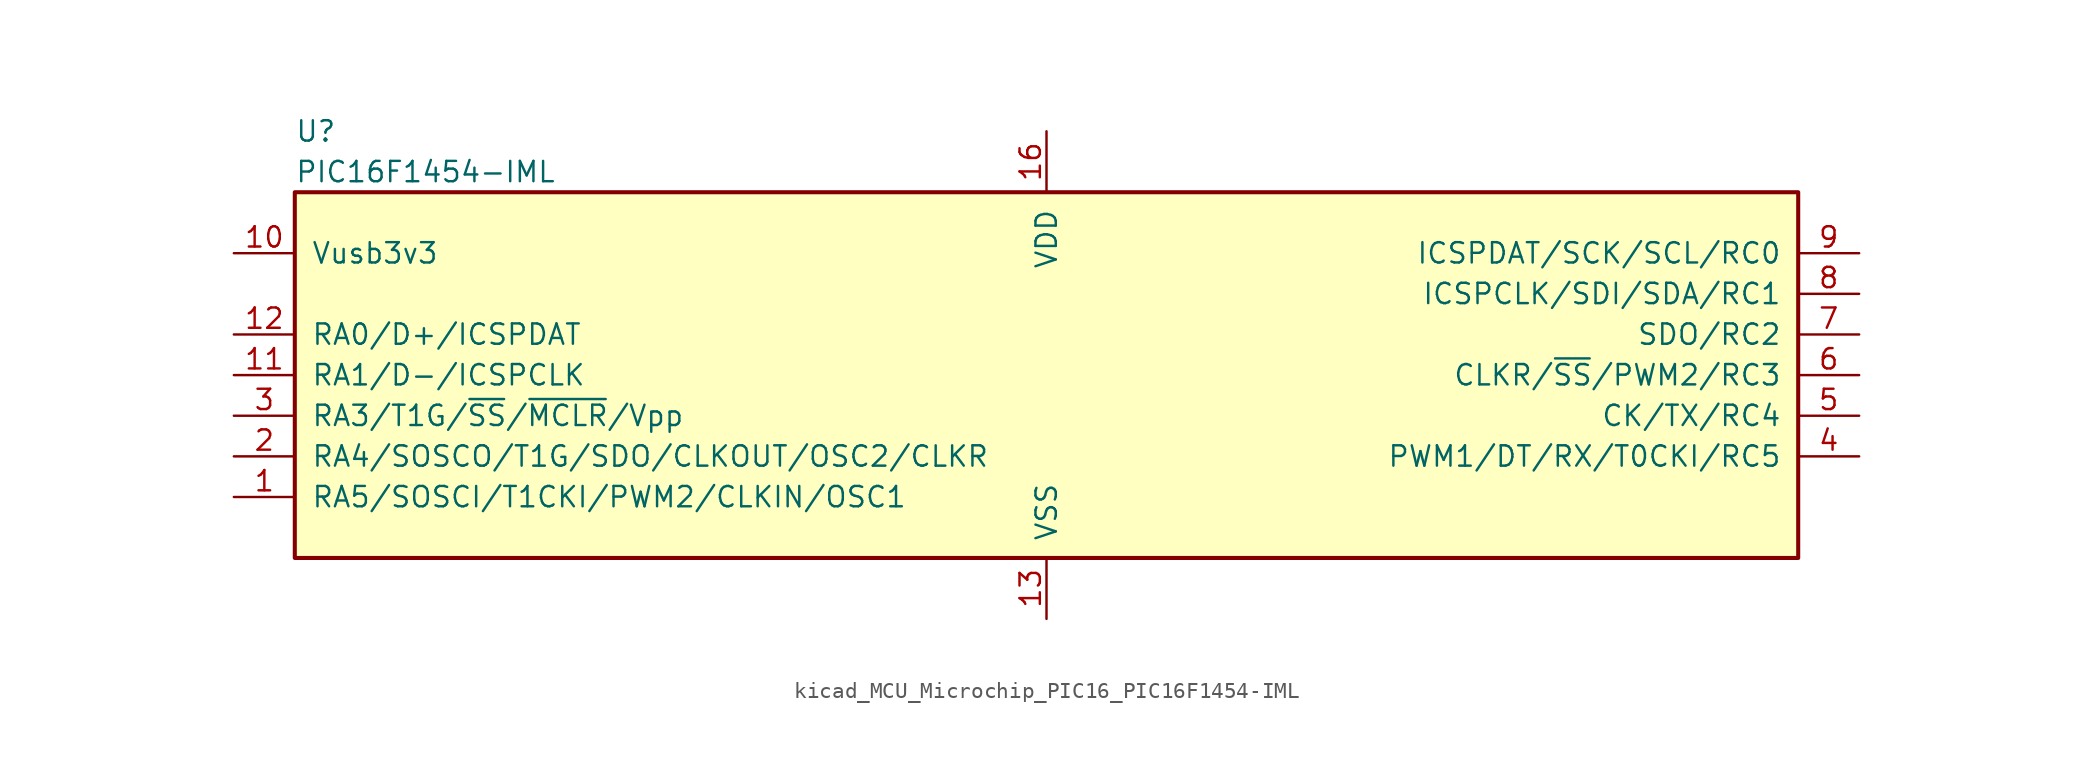
<source format=kicad_sym>
(kicad_symbol_lib
  (version 20220914)
  (generator kicad_symbol_editor)
  (symbol "kicad_MCU_Microchip_PIC16_PIC16F1454-IML"
    (pin_names
      (offset 1.016))
    (property "Reference" "U"
      (at -46.99 15.24 0)
      (effects (font (size 1.27 1.27)) (justify left)))
    (property "Value" "PIC16F1454-IML"
      (at -46.99 12.7 0)
      (effects (font (size 1.27 1.27)) (justify left)))
    (symbol "kicad_MCU_Microchip_PIC16_PIC16F1454-IML_0_1"
      (rectangle (start -46.99 11.43) (end 46.99 -11.43) (stroke (width 0.254) (type default)) (fill (type background))))
    (symbol "kicad_MCU_Microchip_PIC16_PIC16F1454-IML_1_1"
      (pin bidirectional line (at -50.8 -7.62 0) (length 3.81) (name "RA5/SOSCI/T1CKI/PWM2/CLKIN/OSC1" (effects (font (size 1.27 1.27)))) (number "1" (effects (font (size 1.27 1.27)))))
      (pin bidirectional line (at -50.8 7.62 0) (length 3.81) (name "Vusb3v3" (effects (font (size 1.27 1.27)))) (number "10" (effects (font (size 1.27 1.27)))))
      (pin bidirectional line (at -50.8 0 0) (length 3.81) (name "RA1/D-/ICSPCLK" (effects (font (size 1.27 1.27)))) (number "11" (effects (font (size 1.27 1.27)))))
      (pin bidirectional line (at -50.8 2.54 0) (length 3.81) (name "RA0/D+/ICSPDAT" (effects (font (size 1.27 1.27)))) (number "12" (effects (font (size 1.27 1.27)))))
      (pin power_in line (at 0 -15.24 90) (length 3.81) (name "VSS" (effects (font (size 1.27 1.27)))) (number "13" (effects (font (size 1.27 1.27)))))
      (pin power_in line (at 0 15.24 270) (length 3.81) (name "VDD" (effects (font (size 1.27 1.27)))) (number "16" (effects (font (size 1.27 1.27)))))
      (pin bidirectional line (at -50.8 -5.08 0) (length 3.81) (name "RA4/SOSCO/T1G/SDO/CLKOUT/OSC2/CLKR" (effects (font (size 1.27 1.27)))) (number "2" (effects (font (size 1.27 1.27)))))
      (pin input line (at -50.8 -2.54 0) (length 3.81) (name "RA3/T1G/~{SS}/~{MCLR}/Vpp" (effects (font (size 1.27 1.27)))) (number "3" (effects (font (size 1.27 1.27)))))
      (pin bidirectional line (at 50.8 -5.08 180) (length 3.81) (name "PWM1/DT/RX/T0CKI/RC5" (effects (font (size 1.27 1.27)))) (number "4" (effects (font (size 1.27 1.27)))))
      (pin bidirectional line (at 50.8 -2.54 180) (length 3.81) (name "CK/TX/RC4" (effects (font (size 1.27 1.27)))) (number "5" (effects (font (size 1.27 1.27)))))
      (pin bidirectional line (at 50.8 0 180) (length 3.81) (name "CLKR/~{SS}/PWM2/RC3" (effects (font (size 1.27 1.27)))) (number "6" (effects (font (size 1.27 1.27)))))
      (pin bidirectional line (at 50.8 2.54 180) (length 3.81) (name "SDO/RC2" (effects (font (size 1.27 1.27)))) (number "7" (effects (font (size 1.27 1.27)))))
      (pin bidirectional line (at 50.8 5.08 180) (length 3.81) (name "ICSPCLK/SDI/SDA/RC1" (effects (font (size 1.27 1.27)))) (number "8" (effects (font (size 1.27 1.27)))))
      (pin bidirectional line (at 50.8 7.62 180) (length 3.81) (name "ICSPDAT/SCK/SCL/RC0" (effects (font (size 1.27 1.27)))) (number "9" (effects (font (size 1.27 1.27))))))))
</source>
